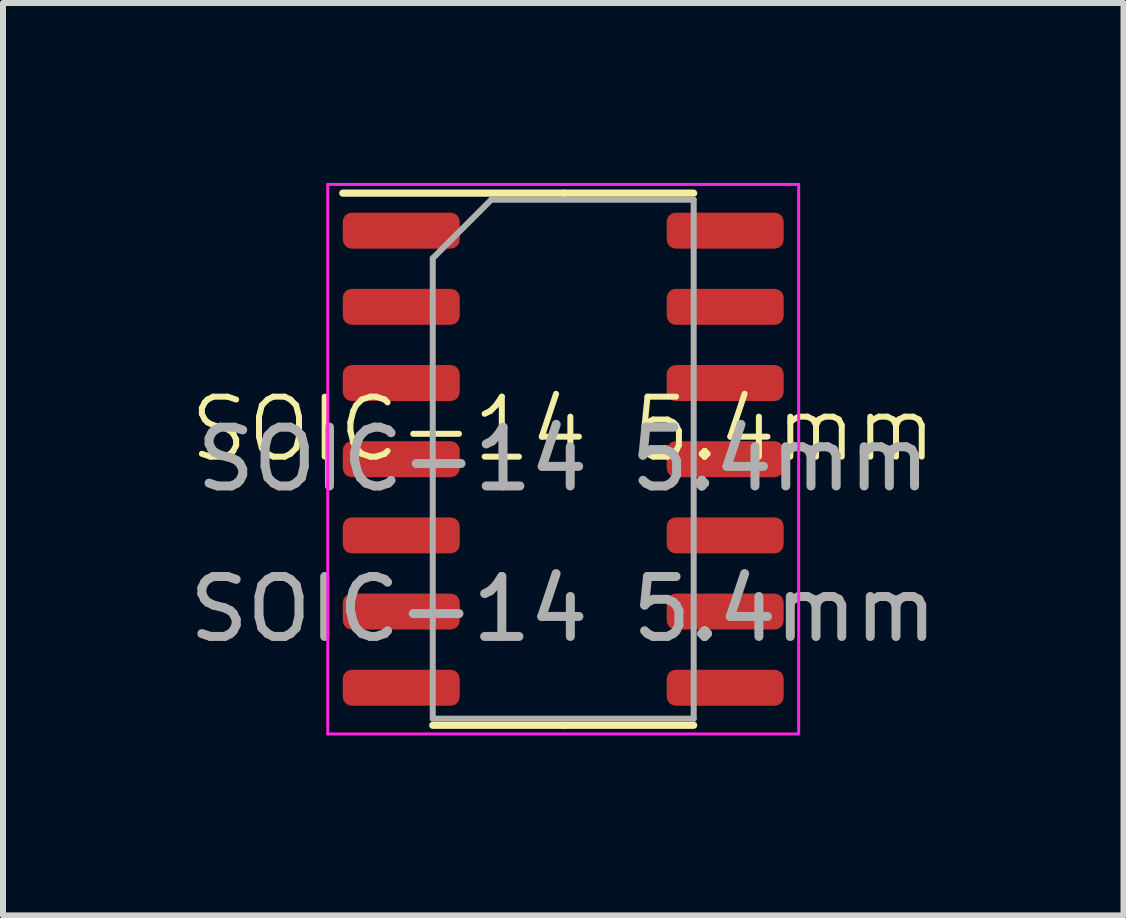
<source format=kicad_pcb>
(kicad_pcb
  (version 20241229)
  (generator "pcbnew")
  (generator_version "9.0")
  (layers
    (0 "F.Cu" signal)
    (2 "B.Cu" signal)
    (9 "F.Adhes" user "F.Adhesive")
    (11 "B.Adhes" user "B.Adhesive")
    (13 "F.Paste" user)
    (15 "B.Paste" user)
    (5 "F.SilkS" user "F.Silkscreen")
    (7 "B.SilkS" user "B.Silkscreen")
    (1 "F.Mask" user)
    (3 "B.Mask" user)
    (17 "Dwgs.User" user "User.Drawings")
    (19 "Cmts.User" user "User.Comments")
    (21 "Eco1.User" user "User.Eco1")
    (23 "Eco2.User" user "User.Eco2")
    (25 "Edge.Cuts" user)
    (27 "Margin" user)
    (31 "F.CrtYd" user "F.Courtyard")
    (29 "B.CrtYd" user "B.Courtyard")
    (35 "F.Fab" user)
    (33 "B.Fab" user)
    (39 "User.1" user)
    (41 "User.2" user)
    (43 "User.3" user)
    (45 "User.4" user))
  (footprint "SOIC-14 5.4mm"
    (layer "F.Cu")
    (at 6.339 4.605)
    (property "Reference" "SOIC-14 5.4mm" (at 0 -0.5 0) (unlocked yes) (layer "F.SilkS") (effects (font (size 1 1) (thickness 0.1))))
    (attr smd)
    (fp_line (start 0 -4.435) (end -3.675 -4.435) (stroke (width 0.12) (type solid)) (layer "F.SilkS"))
    (fp_line (start 0 -4.435) (end 2.175 -4.435) (stroke (width 0.12) (type solid)) (layer "F.SilkS"))
    (fp_line (start 0 4.435) (end -2.175 4.435) (stroke (width 0.12) (type solid)) (layer "F.SilkS"))
    (fp_line (start 0 4.435) (end 2.175 4.435) (stroke (width 0.12) (type solid)) (layer "F.SilkS"))
    (fp_line (start -3.925 -4.58) (end -3.925 4.58) (stroke (width 0.05) (type solid)) (layer "F.CrtYd"))
    (fp_line (start -3.925 4.58) (end 3.925 4.58) (stroke (width 0.05) (type solid)) (layer "F.CrtYd"))
    (fp_line (start 3.925 -4.58) (end -3.925 -4.58) (stroke (width 0.05) (type solid)) (layer "F.CrtYd"))
    (fp_line (start 3.925 4.58) (end 3.925 -4.58) (stroke (width 0.05) (type solid)) (layer "F.CrtYd"))
    (fp_line (start -2.175 -3.35) (end -1.2 -4.325) (stroke (width 0.1) (type solid)) (layer "F.Fab"))
    (fp_line (start -2.175 4.325) (end -2.175 -3.35) (stroke (width 0.1) (type solid)) (layer "F.Fab"))
    (fp_line (start -1.2 -4.325) (end 2.175 -4.325) (stroke (width 0.1) (type solid)) (layer "F.Fab"))
    (fp_line (start 2.175 -4.325) (end 2.175 4.325) (stroke (width 0.1) (type solid)) (layer "F.Fab"))
    (fp_line (start 2.175 4.325) (end -2.175 4.325) (stroke (width 0.1) (type solid)) (layer "F.Fab"))
    (fp_text user "${REFERENCE}" (at 0 0 0) (layer "F.Fab") (effects (font (size 0.98 0.98) (thickness 0.15))))
    (fp_text user "${REFERENCE}" (at 0 2.5 0) (unlocked yes) (layer "F.Fab") (effects (font (size 1 1) (thickness 0.15))))
    (pad "1" smd roundrect (at -2.7 -3.81) (size 1.95 0.6) (layers "F.Cu" "F.Mask" "F.Paste") (roundrect_rratio 0.25))
    (pad "2" smd roundrect (at -2.7 -2.54) (size 1.95 0.6) (layers "F.Cu" "F.Mask" "F.Paste") (roundrect_rratio 0.25))
    (pad "3" smd roundrect (at -2.7 -1.27) (size 1.95 0.6) (layers "F.Cu" "F.Mask" "F.Paste") (roundrect_rratio 0.25))
    (pad "4" smd roundrect (at -2.7 0) (size 1.95 0.6) (layers "F.Cu" "F.Mask" "F.Paste") (roundrect_rratio 0.25))
    (pad "5" smd roundrect (at -2.7 1.27) (size 1.95 0.6) (layers "F.Cu" "F.Mask" "F.Paste") (roundrect_rratio 0.25))
    (pad "6" smd roundrect (at -2.7 2.54) (size 1.95 0.6) (layers "F.Cu" "F.Mask" "F.Paste") (roundrect_rratio 0.25))
    (pad "7" smd roundrect (at -2.7 3.81) (size 1.95 0.6) (layers "F.Cu" "F.Mask" "F.Paste") (roundrect_rratio 0.25))
    (pad "8" smd roundrect (at 2.7 3.81) (size 1.95 0.6) (layers "F.Cu" "F.Mask" "F.Paste") (roundrect_rratio 0.25))
    (pad "9" smd roundrect (at 2.7 2.54) (size 1.95 0.6) (layers "F.Cu" "F.Mask" "F.Paste") (roundrect_rratio 0.25))
    (pad "10" smd roundrect (at 2.7 1.27) (size 1.95 0.6) (layers "F.Cu" "F.Mask" "F.Paste") (roundrect_rratio 0.25))
    (pad "11" smd roundrect (at 2.7 0) (size 1.95 0.6) (layers "F.Cu" "F.Mask" "F.Paste") (roundrect_rratio 0.25))
    (pad "12" smd roundrect (at 2.7 -1.27) (size 1.95 0.6) (layers "F.Cu" "F.Mask" "F.Paste") (roundrect_rratio 0.25))
    (pad "13" smd roundrect (at 2.7 -2.54) (size 1.95 0.6) (layers "F.Cu" "F.Mask" "F.Paste") (roundrect_rratio 0.25))
    (pad "14" smd roundrect (at 2.7 -3.81) (size 1.95 0.6) (layers "F.Cu" "F.Mask" "F.Paste") (roundrect_rratio 0.25)))
  (gr_rect
    (start -3 -3)
    (end 15.679 12.21)
    (stroke (width 0.1) (type default))
    (fill no)
    (layer "Edge.Cuts")))
</source>
